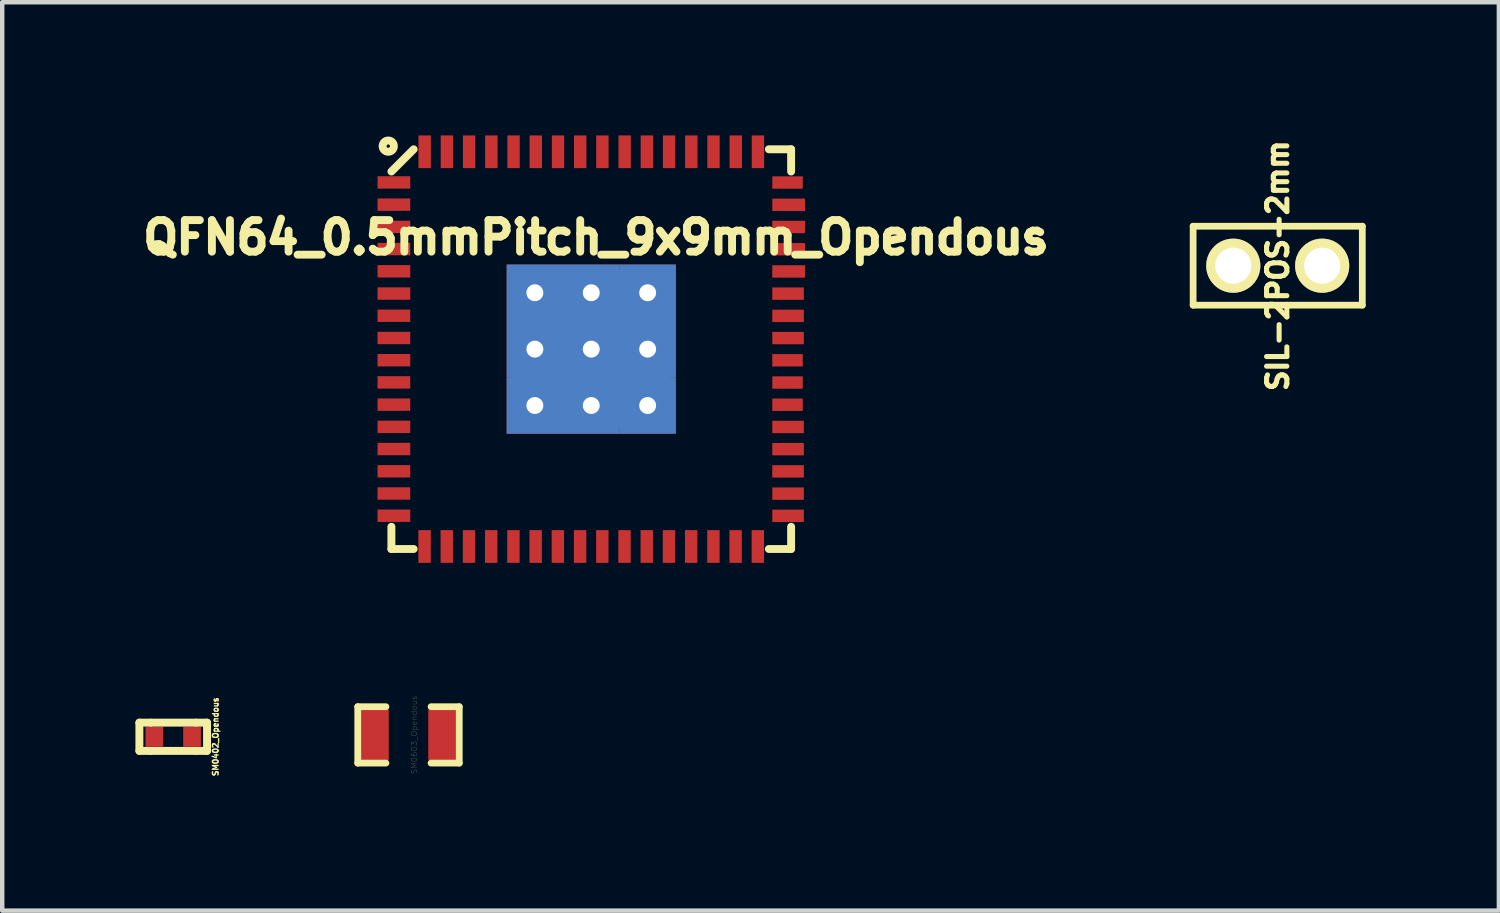
<source format=kicad_pcb>
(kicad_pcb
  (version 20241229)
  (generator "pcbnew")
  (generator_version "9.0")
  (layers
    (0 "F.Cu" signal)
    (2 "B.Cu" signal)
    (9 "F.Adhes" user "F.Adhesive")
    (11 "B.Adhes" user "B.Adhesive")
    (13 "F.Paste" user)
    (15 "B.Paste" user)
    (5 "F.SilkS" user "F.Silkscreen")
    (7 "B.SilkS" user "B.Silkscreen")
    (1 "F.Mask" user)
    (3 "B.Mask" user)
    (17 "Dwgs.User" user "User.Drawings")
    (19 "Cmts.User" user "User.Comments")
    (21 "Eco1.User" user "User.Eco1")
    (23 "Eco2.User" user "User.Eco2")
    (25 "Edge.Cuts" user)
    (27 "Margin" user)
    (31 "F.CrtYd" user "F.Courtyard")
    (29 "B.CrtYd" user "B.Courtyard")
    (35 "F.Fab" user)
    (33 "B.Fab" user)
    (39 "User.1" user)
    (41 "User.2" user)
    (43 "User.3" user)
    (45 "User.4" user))
  (footprint "SM0603_Opendous"
    (layer "F.Cu")
    (at 6.15 13.501)
    (property "Reference" "SM0603_Opendous" (at 0.127 0 90) (layer "F.SilkS") (effects (font (size 0.127 0.127) (thickness 0.003))))
    (attr smd)
    (fp_line (start -1.143 -0.635) (end -1.143 0.635) (stroke (width 0.152) (type solid)) (layer "F.SilkS"))
    (fp_line (start -1.143 -0.635) (end -0.508 -0.635) (stroke (width 0.152) (type solid)) (layer "F.SilkS"))
    (fp_line (start -1.143 0.635) (end -0.508 0.635) (stroke (width 0.152) (type solid)) (layer "F.SilkS"))
    (fp_line (start 1.143 -0.635) (end 0.508 -0.635) (stroke (width 0.152) (type solid)) (layer "F.SilkS"))
    (fp_line (start 1.143 -0.635) (end 1.143 0.635) (stroke (width 0.152) (type solid)) (layer "F.SilkS"))
    (fp_line (start 1.143 0.635) (end 0.508 0.635) (stroke (width 0.152) (type solid)) (layer "F.SilkS"))
    (pad "1" smd rect (at -0.762 0) (size 0.635 1.143) (layers "F.Cu" "F.Mask" "F.Paste"))
    (pad "2" smd rect (at 0.762 0) (size 0.635 1.143) (layers "F.Cu" "F.Mask" "F.Paste")))
  (footprint "SM0402_Opendous"
    (layer "F.Cu")
    (at 0.851 13.543)
    (property "Reference" "SM0402_Opendous" (at 0.953 0 90) (layer "F.SilkS") (effects (font (size 0.127 0.127) (thickness 0.03))))
    (attr through_hole)
    (fp_line (start -0.762 -0.318) (end -0.762 0.318) (stroke (width 0.178) (type solid)) (layer "F.SilkS"))
    (fp_line (start -0.762 0.318) (end -0.508 0.318) (stroke (width 0.178) (type solid)) (layer "F.SilkS"))
    (fp_line (start -0.508 -0.318) (end -0.762 -0.318) (stroke (width 0.178) (type solid)) (layer "F.SilkS"))
    (fp_line (start -0.508 0.318) (end 0.508 0.318) (stroke (width 0.178) (type solid)) (layer "F.SilkS"))
    (fp_line (start 0.508 -0.318) (end -0.508 -0.318) (stroke (width 0.178) (type solid)) (layer "F.SilkS"))
    (fp_line (start 0.508 -0.318) (end 0.762 -0.318) (stroke (width 0.178) (type solid)) (layer "F.SilkS"))
    (fp_line (start 0.762 -0.318) (end 0.762 0.318) (stroke (width 0.178) (type solid)) (layer "F.SilkS"))
    (fp_line (start 0.762 0.318) (end 0.508 0.318) (stroke (width 0.178) (type solid)) (layer "F.SilkS"))
    (pad "1" smd rect (at -0.424 0) (size 0.399 0.45) (layers "F.Cu" "F.Mask" "F.Paste"))
    (pad "2" smd rect (at 0.424 0) (size 0.399 0.45) (layers "F.Cu" "F.Mask" "F.Paste")))
  (footprint "SIL-2POS-2mm"
    (layer "F.Cu")
    (at 25.726 2.934)
    (property "Reference" "SIL-2POS-2mm" (at 0 0 90) (layer "F.SilkS") (effects (font (size 0.457 0.457) (thickness 0.114))))
    (attr through_hole)
    (fp_line (start -1.905 -0.889) (end 1.905 -0.889) (stroke (width 0.152) (type solid)) (layer "F.SilkS"))
    (fp_line (start -1.905 0.889) (end -1.905 -0.889) (stroke (width 0.152) (type solid)) (layer "F.SilkS"))
    (fp_line (start 1.905 -0.889) (end 1.905 0.889) (stroke (width 0.152) (type solid)) (layer "F.SilkS"))
    (fp_line (start 1.905 0.889) (end -1.905 0.889) (stroke (width 0.152) (type solid)) (layer "F.SilkS"))
    (pad "1" thru_hole circle (at -1.001 0) (size 1.219 1.219) (drill 0.813) (layers "*.Cu" "*.Mask" "F.SilkS"))
    (pad "2" thru_hole circle (at 1.001 0) (size 1.219 1.219) (drill 0.813) (layers "*.Cu" "*.Mask" "F.SilkS")))
  (footprint "QFN64_0.5mmPitch_9x9mm_Opendous"
    (layer "F.Cu")
    (at 10.266 4.813)
    (property "Reference" "QFN64_0.5mmPitch_9x9mm_Opendous" (at 0.107 -2.515 0) (layer "F.SilkS") (effects (font (size 0.711 0.711) (thickness 0.178))))
    (attr through_hole)
    (fp_line (start -4.501 4) (end -4.501 4.501) (stroke (width 0.178) (type solid)) (layer "F.SilkS"))
    (fp_line (start -4.501 4.501) (end -4 4.501) (stroke (width 0.178) (type solid)) (layer "F.SilkS"))
    (fp_line (start -4 -4.501) (end -4.501 -4) (stroke (width 0.178) (type solid)) (layer "F.SilkS"))
    (fp_line (start 4 4.501) (end 4.501 4.501) (stroke (width 0.178) (type solid)) (layer "F.SilkS"))
    (fp_line (start 4.501 -4.501) (end 4 -4.501) (stroke (width 0.178) (type solid)) (layer "F.SilkS"))
    (fp_line (start 4.501 -4) (end 4.501 -4.501) (stroke (width 0.178) (type solid)) (layer "F.SilkS"))
    (fp_line (start 4.501 4.501) (end 4.501 4) (stroke (width 0.178) (type solid)) (layer "F.SilkS"))
    (fp_circle (center -4.572 -4.572) (end -4.699 -4.572) (stroke (width 0.178) (type solid)) (fill no) (layer "F.SilkS"))
    (pad "1" smd rect (at -4.445 -3.754 90) (size 0.279 0.737) (layers "F.Cu" "F.Mask" "F.Paste"))
    (pad "2" smd rect (at -4.445 -3.254 90) (size 0.279 0.737) (layers "F.Cu" "F.Mask" "F.Paste"))
    (pad "3" smd rect (at -4.445 -2.753 90) (size 0.279 0.737) (layers "F.Cu" "F.Mask" "F.Paste"))
    (pad "4" smd rect (at -4.445 -2.253 90) (size 0.279 0.737) (layers "F.Cu" "F.Mask" "F.Paste"))
    (pad "5" smd rect (at -4.445 -1.753 90) (size 0.279 0.737) (layers "F.Cu" "F.Mask" "F.Paste"))
    (pad "6" smd rect (at -4.445 -1.252 90) (size 0.279 0.737) (layers "F.Cu" "F.Mask" "F.Paste"))
    (pad "7" smd rect (at -4.445 -0.752 90) (size 0.279 0.737) (layers "F.Cu" "F.Mask" "F.Paste"))
    (pad "8" smd rect (at -4.445 -0.251 90) (size 0.279 0.737) (layers "F.Cu" "F.Mask" "F.Paste"))
    (pad "9" smd rect (at -4.445 0.249 90) (size 0.279 0.737) (layers "F.Cu" "F.Mask" "F.Paste"))
    (pad "10" smd rect (at -4.445 0.749 90) (size 0.279 0.737) (layers "F.Cu" "F.Mask" "F.Paste"))
    (pad "11" smd rect (at -4.445 1.25 90) (size 0.279 0.737) (layers "F.Cu" "F.Mask" "F.Paste"))
    (pad "12" smd rect (at -4.445 1.75 90) (size 0.279 0.737) (layers "F.Cu" "F.Mask" "F.Paste"))
    (pad "13" smd rect (at -4.445 2.25 90) (size 0.279 0.737) (layers "F.Cu" "F.Mask" "F.Paste"))
    (pad "14" smd rect (at -4.445 2.751 90) (size 0.279 0.737) (layers "F.Cu" "F.Mask" "F.Paste"))
    (pad "15" smd rect (at -4.445 3.251 90) (size 0.279 0.737) (layers "F.Cu" "F.Mask" "F.Paste"))
    (pad "16" smd rect (at -4.445 3.752 90) (size 0.279 0.737) (layers "F.Cu" "F.Mask" "F.Paste"))
    (pad "17" smd rect (at -3.754 4.445) (size 0.279 0.737) (layers "F.Cu" "F.Mask" "F.Paste"))
    (pad "18" smd rect (at -3.254 4.445) (size 0.279 0.737) (layers "F.Cu" "F.Mask" "F.Paste"))
    (pad "19" smd rect (at -2.753 4.445) (size 0.279 0.737) (layers "F.Cu" "F.Mask" "F.Paste"))
    (pad "20" smd rect (at -2.253 4.445) (size 0.279 0.737) (layers "F.Cu" "F.Mask" "F.Paste"))
    (pad "21" smd rect (at -1.753 4.445) (size 0.279 0.737) (layers "F.Cu" "F.Mask" "F.Paste"))
    (pad "22" smd rect (at -1.252 4.445) (size 0.279 0.737) (layers "F.Cu" "F.Mask" "F.Paste"))
    (pad "23" smd rect (at -0.752 4.445) (size 0.279 0.737) (layers "F.Cu" "F.Mask" "F.Paste"))
    (pad "24" smd rect (at -0.251 4.445) (size 0.279 0.737) (layers "F.Cu" "F.Mask" "F.Paste"))
    (pad "25" smd rect (at 0.249 4.445) (size 0.279 0.737) (layers "F.Cu" "F.Mask" "F.Paste"))
    (pad "26" smd rect (at 0.749 4.445) (size 0.279 0.737) (layers "F.Cu" "F.Mask" "F.Paste"))
    (pad "27" smd rect (at 1.25 4.445) (size 0.279 0.737) (layers "F.Cu" "F.Mask" "F.Paste"))
    (pad "28" smd rect (at 1.75 4.445) (size 0.279 0.737) (layers "F.Cu" "F.Mask" "F.Paste"))
    (pad "29" smd rect (at 2.25 4.445) (size 0.279 0.737) (layers "F.Cu" "F.Mask" "F.Paste"))
    (pad "30" smd rect (at 2.751 4.445) (size 0.279 0.737) (layers "F.Cu" "F.Mask" "F.Paste"))
    (pad "31" smd rect (at 3.251 4.445) (size 0.279 0.737) (layers "F.Cu" "F.Mask" "F.Paste"))
    (pad "32" smd rect (at 3.752 4.445) (size 0.279 0.737) (layers "F.Cu" "F.Mask" "F.Paste"))
    (pad "33" smd rect (at 4.432 3.754 270) (size 0.279 0.711) (layers "F.Cu" "F.Mask" "F.Paste"))
    (pad "34" smd rect (at 4.432 3.254 270) (size 0.279 0.711) (layers "F.Cu" "F.Mask" "F.Paste"))
    (pad "35" smd rect (at 4.432 2.753 270) (size 0.279 0.711) (layers "F.Cu" "F.Mask" "F.Paste"))
    (pad "36" smd rect (at 4.432 2.253 270) (size 0.279 0.711) (layers "F.Cu" "F.Mask" "F.Paste"))
    (pad "37" smd rect (at 4.432 1.753 270) (size 0.279 0.711) (layers "F.Cu" "F.Mask" "F.Paste"))
    (pad "38" smd rect (at 4.42 1.252 270) (size 0.279 0.686) (layers "F.Cu" "F.Mask" "F.Paste"))
    (pad "39" smd rect (at 4.42 0.752 270) (size 0.279 0.686) (layers "F.Cu" "F.Mask" "F.Paste"))
    (pad "40" smd rect (at 4.42 0.251 270) (size 0.279 0.686) (layers "F.Cu" "F.Mask" "F.Paste"))
    (pad "41" smd rect (at 4.432 -0.249 270) (size 0.279 0.711) (layers "F.Cu" "F.Mask" "F.Paste"))
    (pad "42" smd rect (at 4.432 -0.749 270) (size 0.279 0.711) (layers "F.Cu" "F.Mask" "F.Paste"))
    (pad "43" smd rect (at 4.432 -1.25 270) (size 0.279 0.711) (layers "F.Cu" "F.Mask" "F.Paste"))
    (pad "44" smd rect (at 4.445 -1.75 270) (size 0.279 0.737) (layers "F.Cu" "F.Mask" "F.Paste"))
    (pad "45" smd rect (at 4.445 -2.25 270) (size 0.279 0.737) (layers "F.Cu" "F.Mask" "F.Paste"))
    (pad "46" smd rect (at 4.445 -2.751 270) (size 0.279 0.737) (layers "F.Cu" "F.Mask" "F.Paste"))
    (pad "47" smd rect (at 4.445 -3.251 270) (size 0.279 0.737) (layers "F.Cu" "F.Mask" "F.Paste"))
    (pad "48" smd rect (at 4.42 -3.752 270) (size 0.279 0.686) (layers "F.Cu" "F.Mask" "F.Paste"))
    (pad "49" smd rect (at 3.754 -4.445) (size 0.279 0.737) (layers "F.Cu" "F.Mask" "F.Paste"))
    (pad "50" smd rect (at 3.254 -4.445) (size 0.279 0.737) (layers "F.Cu" "F.Mask" "F.Paste"))
    (pad "51" smd rect (at 2.753 -4.445) (size 0.279 0.737) (layers "F.Cu" "F.Mask" "F.Paste"))
    (pad "52" smd rect (at 2.253 -4.445) (size 0.279 0.737) (layers "F.Cu" "F.Mask" "F.Paste"))
    (pad "53" smd rect (at 1.753 -4.445) (size 0.279 0.737) (layers "F.Cu" "F.Mask" "F.Paste"))
    (pad "54" smd rect (at 1.252 -4.445) (size 0.279 0.737) (layers "F.Cu" "F.Mask" "F.Paste"))
    (pad "55" smd rect (at 0.752 -4.445) (size 0.279 0.737) (layers "F.Cu" "F.Mask" "F.Paste"))
    (pad "56" smd rect (at 0.251 -4.445) (size 0.279 0.737) (layers "F.Cu" "F.Mask" "F.Paste"))
    (pad "57" smd rect (at -0.249 -4.445) (size 0.279 0.737) (layers "F.Cu" "F.Mask" "F.Paste"))
    (pad "58" smd rect (at -0.749 -4.445) (size 0.279 0.737) (layers "F.Cu" "F.Mask" "F.Paste"))
    (pad "59" smd rect (at -1.25 -4.445) (size 0.279 0.737) (layers "F.Cu" "F.Mask" "F.Paste"))
    (pad "60" smd rect (at -1.75 -4.445) (size 0.279 0.737) (layers "F.Cu" "F.Mask" "F.Paste"))
    (pad "61" smd rect (at -2.25 -4.445) (size 0.279 0.737) (layers "F.Cu" "F.Mask" "F.Paste"))
    (pad "62" smd rect (at -2.751 -4.445) (size 0.279 0.737) (layers "F.Cu" "F.Mask" "F.Paste"))
    (pad "63" smd rect (at -3.251 -4.445) (size 0.279 0.737) (layers "F.Cu" "F.Mask" "F.Paste"))
    (pad "64" smd rect (at -3.752 -4.445) (size 0.279 0.737) (layers "F.Cu" "F.Mask" "F.Paste"))
    (pad "65" thru_hole rect (at -1.27 -1.27) (size 1.27 1.27) (drill 0.381) (layers "*.Cu" "F.Mask"))
    (pad "65" thru_hole rect (at -1.27 0) (size 1.27 1.27) (drill 0.381) (layers "*.Cu" "F.Mask"))
    (pad "65" thru_hole rect (at -1.27 1.27) (size 1.27 1.27) (drill 0.381) (layers "*.Cu" "F.Mask"))
    (pad "65" thru_hole rect (at 0 -1.27) (size 1.27 1.27) (drill 0.381) (layers "*.Cu" "F.Mask"))
    (pad "65" thru_hole rect (at 0 0) (size 3.556 3.556) (drill 0.381) (layers "*.Cu" "F.Mask" "F.Paste"))
    (pad "65" thru_hole rect (at 0 1.27) (size 1.27 1.27) (drill 0.381) (layers "*.Cu" "F.Mask"))
    (pad "65" thru_hole rect (at 1.27 -1.27) (size 1.27 1.27) (drill 0.381) (layers "*.Cu" "F.Mask"))
    (pad "65" thru_hole rect (at 1.27 0) (size 1.27 1.27) (drill 0.381) (layers "*.Cu" "F.Mask"))
    (pad "65" thru_hole rect (at 1.27 1.27) (size 1.27 1.27) (drill 0.381) (layers "*.Cu" "F.Mask")))
  (gr_rect
    (start -3 -3)
    (end 30.707 17.459)
    (stroke (width 0.1) (type default))
    (fill no)
    (layer "Edge.Cuts")))
</source>
